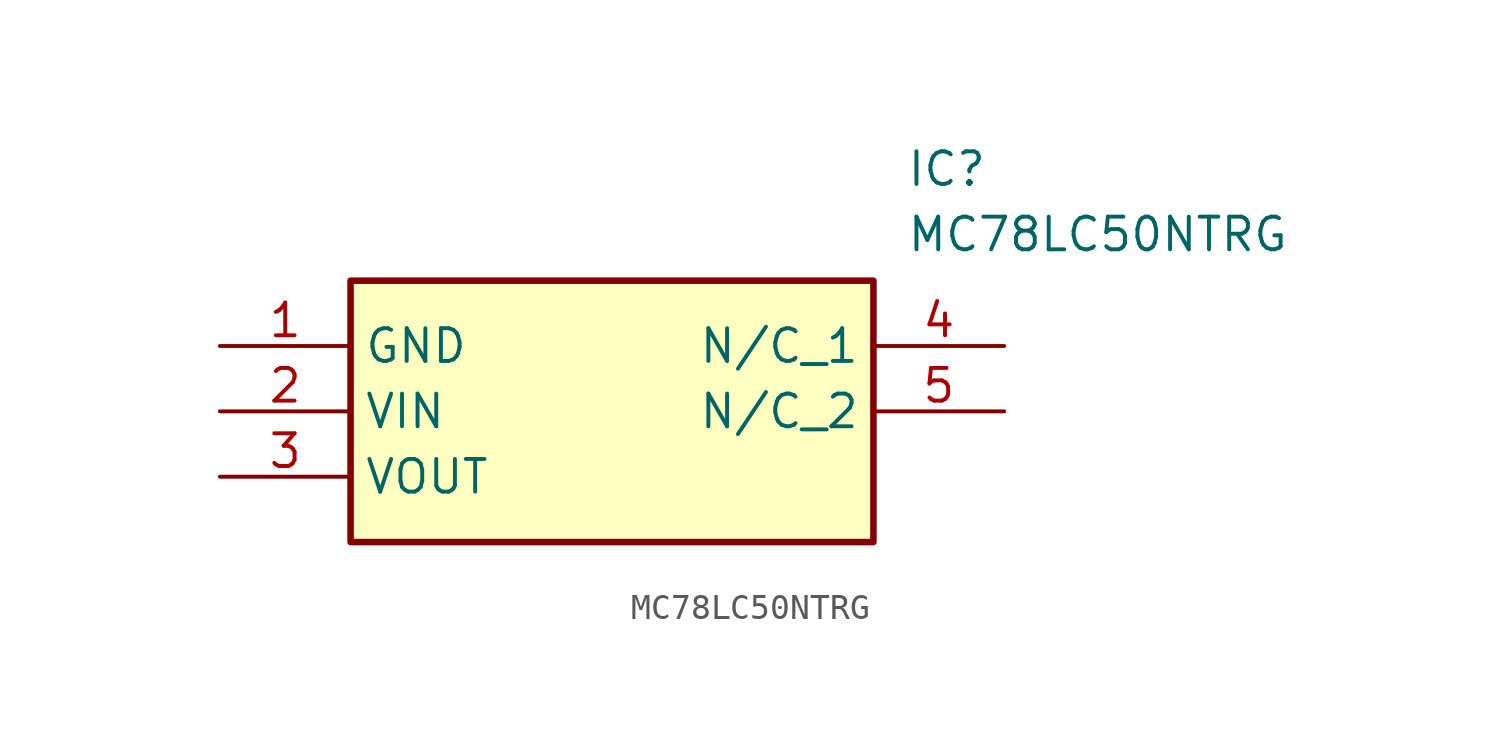
<source format=kicad_sym>
(kicad_symbol_lib
  (version 20211014)
  (generator SamacSys_ECAD_Model)
  (symbol "MC78LC50NTRG"
    (property "Reference" "IC"
      (at 26.67 7.62 0)
      (effects (font (size 1.27 1.27)) (justify left top)))
    (property "Value" "MC78LC50NTRG"
      (at 26.67 5.08 0)
      (effects (font (size 1.27 1.27)) (justify left top)))
    (rectangle
      (start 5.08 2.54)
      (end 25.4 -7.62)
      (stroke (width 0.254) (type default))
      (fill (type background)))
    (pin power_in line
      (at 0 0 0)
      (length 5.08)
      (name "GND" (effects (font (size 1.27 1.27))))
      (number "1" (effects (font (size 1.27 1.27)))))
    (pin input line
      (at 0 -2.54 0)
      (length 5.08)
      (name "VIN" (effects (font (size 1.27 1.27))))
      (number "2" (effects (font (size 1.27 1.27)))))
    (pin output line
      (at 0 -5.08 0)
      (length 5.08)
      (name "VOUT" (effects (font (size 1.27 1.27))))
      (number "3" (effects (font (size 1.27 1.27)))))
    (pin passive line
      (at 30.48 0 180)
      (length 5.08)
      (name "N/C_1" (effects (font (size 1.27 1.27))))
      (number "4" (effects (font (size 1.27 1.27)))))
    (pin passive line
      (at 30.48 -2.54 180)
      (length 5.08)
      (name "N/C_2" (effects (font (size 1.27 1.27))))
      (number "5" (effects (font (size 1.27 1.27)))))))
</source>
